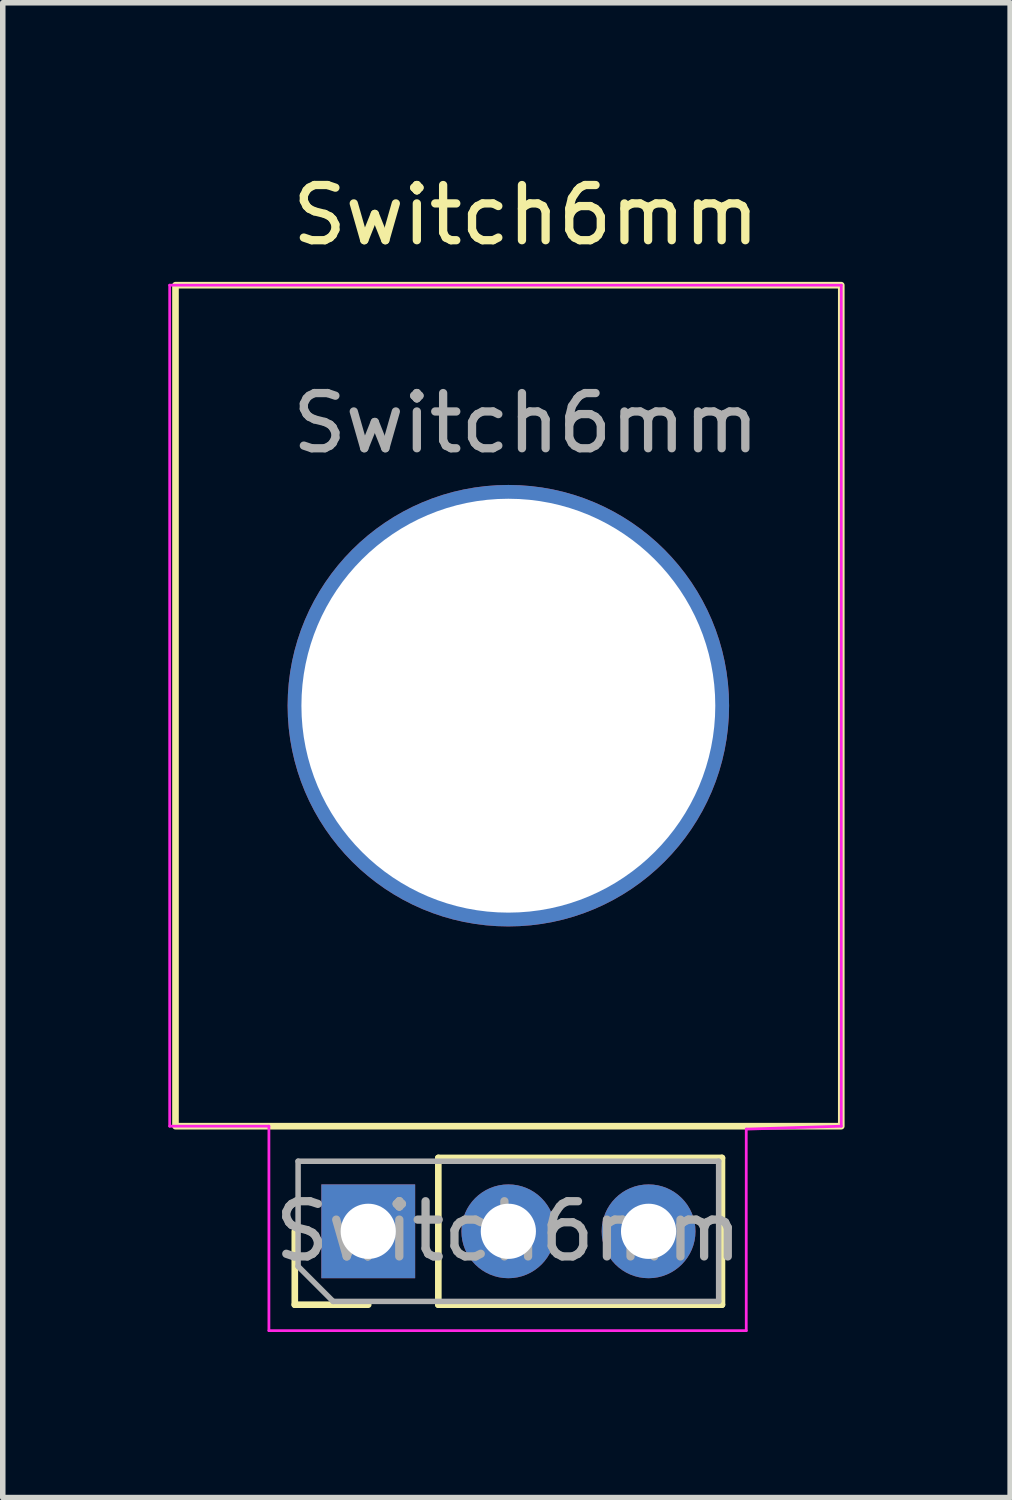
<source format=kicad_pcb>
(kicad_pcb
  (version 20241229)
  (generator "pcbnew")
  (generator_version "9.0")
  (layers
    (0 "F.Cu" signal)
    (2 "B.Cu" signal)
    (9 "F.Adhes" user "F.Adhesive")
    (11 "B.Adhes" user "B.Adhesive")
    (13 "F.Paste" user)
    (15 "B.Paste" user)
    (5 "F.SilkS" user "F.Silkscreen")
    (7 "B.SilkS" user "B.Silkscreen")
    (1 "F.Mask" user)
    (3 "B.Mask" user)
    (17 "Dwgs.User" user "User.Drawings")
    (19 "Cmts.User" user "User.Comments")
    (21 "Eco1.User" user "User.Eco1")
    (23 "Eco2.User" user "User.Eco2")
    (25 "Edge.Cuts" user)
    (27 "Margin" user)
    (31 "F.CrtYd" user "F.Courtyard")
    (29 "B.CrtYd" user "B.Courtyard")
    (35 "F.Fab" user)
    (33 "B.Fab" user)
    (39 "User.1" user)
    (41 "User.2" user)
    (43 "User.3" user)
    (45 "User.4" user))
  (footprint "Switch6mm"
    (layer "F.Cu")
    (at 6.48 2.118)
    (property "Reference" "Switch6mm" (at 0 -1.27 0) (unlocked yes) (layer "F.SilkS") (effects (font (size 1 1) (thickness 0.15))))
    (attr through_hole)
    (fp_line (start -4.188 18.475) (end -4.188 17.145) (stroke (width 0.12) (type solid)) (layer "F.SilkS"))
    (fp_line (start -2.857 18.475) (end -4.188 18.475) (stroke (width 0.12) (type solid)) (layer "F.SilkS"))
    (fp_line (start -1.587 15.815) (end 3.553 15.815) (stroke (width 0.12) (type solid)) (layer "F.SilkS"))
    (fp_line (start -1.587 18.475) (end -1.587 15.815) (stroke (width 0.12) (type solid)) (layer "F.SilkS"))
    (fp_line (start -1.587 18.475) (end 3.553 18.475) (stroke (width 0.12) (type solid)) (layer "F.SilkS"))
    (fp_line (start 3.553 18.475) (end 3.553 15.815) (stroke (width 0.12) (type solid)) (layer "F.SilkS"))
    (fp_rect (start -6.35 0) (end 5.715 15.24) (stroke (width 0.12) (type solid)) (fill no) (layer "F.SilkS"))
    (fp_line (start -6.455 15.24) (end -6.455 0) (stroke (width 0.05) (type solid)) (layer "F.CrtYd"))
    (fp_line (start -4.657 15.24) (end -6.455 15.24) (stroke (width 0.05) (type solid)) (layer "F.CrtYd"))
    (fp_line (start -4.657 18.945) (end -4.657 15.24) (stroke (width 0.05) (type solid)) (layer "F.CrtYd"))
    (fp_line (start -4.657 18.945) (end 3.993 18.945) (stroke (width 0.05) (type solid)) (layer "F.CrtYd"))
    (fp_line (start 3.993 18.945) (end 3.993 15.293) (stroke (width 0.05) (type solid)) (layer "F.CrtYd"))
    (fp_line (start 5.715 0) (end -6.455 0) (stroke (width 0.05) (type solid)) (layer "F.CrtYd"))
    (fp_line (start 5.715 15.24) (end 3.993 15.293) (stroke (width 0.05) (type solid)) (layer "F.CrtYd"))
    (fp_line (start 5.715 15.24) (end 5.715 0) (stroke (width 0.05) (type solid)) (layer "F.CrtYd"))
    (fp_line (start -4.128 15.875) (end 3.493 15.875) (stroke (width 0.1) (type solid)) (layer "F.Fab"))
    (fp_line (start -4.128 17.78) (end -4.128 15.875) (stroke (width 0.1) (type solid)) (layer "F.Fab"))
    (fp_line (start -3.493 18.415) (end -4.128 17.78) (stroke (width 0.1) (type solid)) (layer "F.Fab"))
    (fp_line (start 3.493 15.875) (end 3.493 18.415) (stroke (width 0.1) (type solid)) (layer "F.Fab"))
    (fp_line (start 3.493 18.415) (end -3.493 18.415) (stroke (width 0.1) (type solid)) (layer "F.Fab"))
    (fp_text user "${REFERENCE}" (at -0.318 17.145 180) (layer "F.Fab") (effects (font (size 1 1) (thickness 0.15))))
    (fp_text user "${REFERENCE}" (at 0 2.5 0) (unlocked yes) (layer "F.Fab") (effects (font (size 1 1) (thickness 0.15))))
    (pad "" np_thru_hole circle (at -0.318 7.62) (size 8 8) (drill 7.5) (layers "*.Cu" "*.Mask"))
    (pad "1" thru_hole rect (at -2.857 17.145 90) (size 1.7 1.7) (drill 1) (layers "*.Cu" "*.Mask"))
    (pad "2" thru_hole oval (at -0.318 17.145 90) (size 1.7 1.7) (drill 1) (layers "*.Cu" "*.Mask"))
    (pad "3" thru_hole oval (at 2.223 17.145 90) (size 1.7 1.7) (drill 1) (layers "*.Cu" "*.Mask")))
  (gr_rect
    (start -3 -3)
    (end 15.255 24.088)
    (stroke (width 0.1) (type default))
    (fill no)
    (layer "Edge.Cuts")))
</source>
